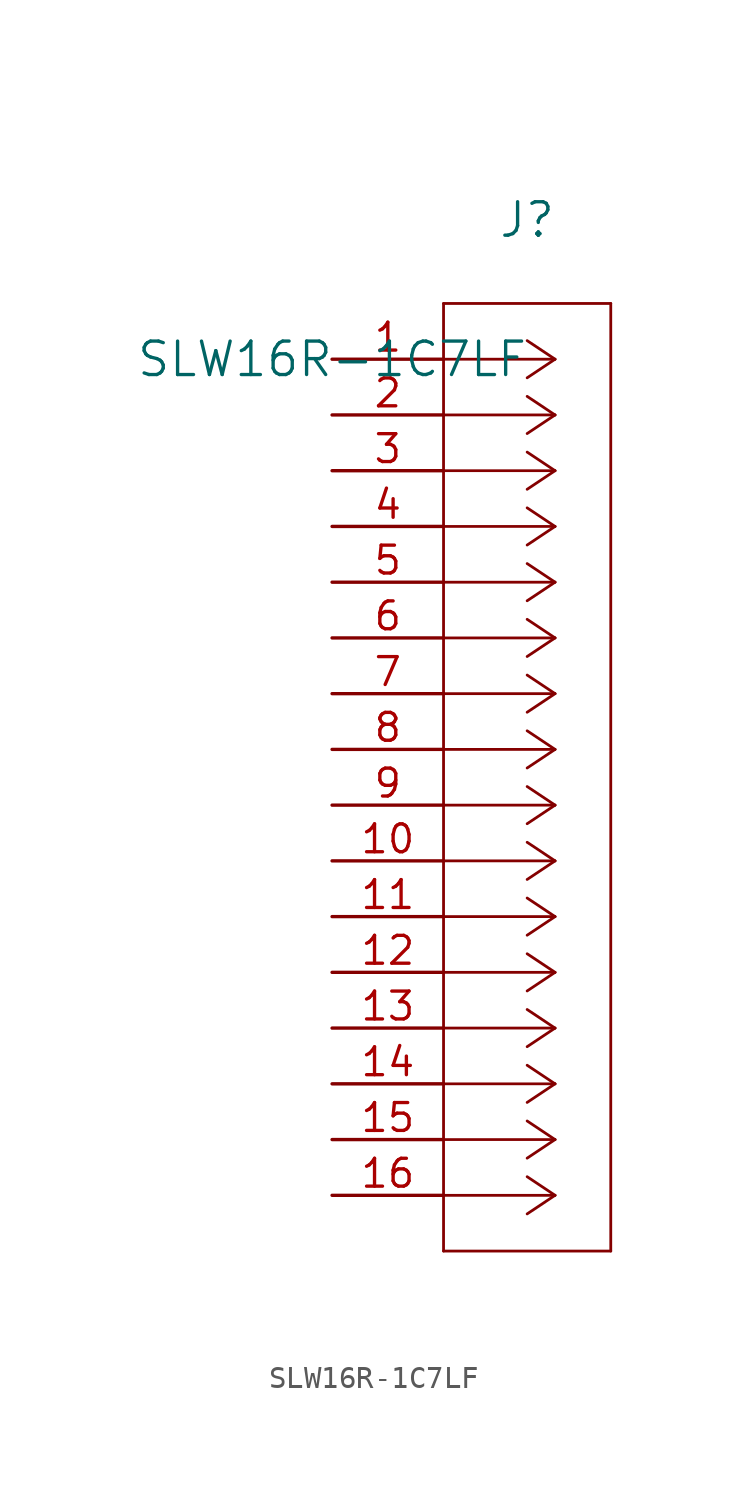
<source format=kicad_sym>
(kicad_symbol_lib
  (version 20211014)
  (generator kicad_symbol_editor)
  (symbol "SLW16R-1C7LF"
    (pin_names
      (offset 0.254))
    (property "Reference" "J"
      (at 8.89 6.35 0)
      (effects (font (size 1.524 1.524))))
    (property "Value" "SLW16R-1C7LF"
      (at 0 0 0)
      (effects (font (size 1.524 1.524))))
    (symbol "SLW16R-1C7LF_0_1"
      (polyline (pts (xy 10.16 0) (xy 5.08 0)) (stroke (width 0.127) (type default) (color 0 0 0 0)) (fill (type none)))
      (polyline (pts (xy 10.16 -2.54) (xy 5.08 -2.54)) (stroke (width 0.127) (type default) (color 0 0 0 0)) (fill (type none)))
      (polyline (pts (xy 10.16 -5.08) (xy 5.08 -5.08)) (stroke (width 0.127) (type default) (color 0 0 0 0)) (fill (type none)))
      (polyline (pts (xy 10.16 -7.62) (xy 5.08 -7.62)) (stroke (width 0.127) (type default) (color 0 0 0 0)) (fill (type none)))
      (polyline (pts (xy 10.16 -10.16) (xy 5.08 -10.16)) (stroke (width 0.127) (type default) (color 0 0 0 0)) (fill (type none)))
      (polyline (pts (xy 10.16 -12.7) (xy 5.08 -12.7)) (stroke (width 0.127) (type default) (color 0 0 0 0)) (fill (type none)))
      (polyline (pts (xy 10.16 -15.24) (xy 5.08 -15.24)) (stroke (width 0.127) (type default) (color 0 0 0 0)) (fill (type none)))
      (polyline (pts (xy 10.16 -17.78) (xy 5.08 -17.78)) (stroke (width 0.127) (type default) (color 0 0 0 0)) (fill (type none)))
      (polyline (pts (xy 10.16 -20.32) (xy 5.08 -20.32)) (stroke (width 0.127) (type default) (color 0 0 0 0)) (fill (type none)))
      (polyline (pts (xy 10.16 -22.86) (xy 5.08 -22.86)) (stroke (width 0.127) (type default) (color 0 0 0 0)) (fill (type none)))
      (polyline (pts (xy 10.16 -25.4) (xy 5.08 -25.4)) (stroke (width 0.127) (type default) (color 0 0 0 0)) (fill (type none)))
      (polyline (pts (xy 10.16 -27.94) (xy 5.08 -27.94)) (stroke (width 0.127) (type default) (color 0 0 0 0)) (fill (type none)))
      (polyline (pts (xy 10.16 -30.48) (xy 5.08 -30.48)) (stroke (width 0.127) (type default) (color 0 0 0 0)) (fill (type none)))
      (polyline (pts (xy 10.16 -33.02) (xy 5.08 -33.02)) (stroke (width 0.127) (type default) (color 0 0 0 0)) (fill (type none)))
      (polyline (pts (xy 10.16 -35.56) (xy 5.08 -35.56)) (stroke (width 0.127) (type default) (color 0 0 0 0)) (fill (type none)))
      (polyline (pts (xy 10.16 -38.1) (xy 5.08 -38.1)) (stroke (width 0.127) (type default) (color 0 0 0 0)) (fill (type none)))
      (polyline (pts (xy 10.16 0) (xy 8.89 0.847)) (stroke (width 0.127) (type default) (color 0 0 0 0)) (fill (type none)))
      (polyline (pts (xy 10.16 -2.54) (xy 8.89 -1.693)) (stroke (width 0.127) (type default) (color 0 0 0 0)) (fill (type none)))
      (polyline (pts (xy 10.16 -5.08) (xy 8.89 -4.233)) (stroke (width 0.127) (type default) (color 0 0 0 0)) (fill (type none)))
      (polyline (pts (xy 10.16 -7.62) (xy 8.89 -6.773)) (stroke (width 0.127) (type default) (color 0 0 0 0)) (fill (type none)))
      (polyline (pts (xy 10.16 -10.16) (xy 8.89 -9.313)) (stroke (width 0.127) (type default) (color 0 0 0 0)) (fill (type none)))
      (polyline (pts (xy 10.16 -12.7) (xy 8.89 -11.853)) (stroke (width 0.127) (type default) (color 0 0 0 0)) (fill (type none)))
      (polyline (pts (xy 10.16 -15.24) (xy 8.89 -14.393)) (stroke (width 0.127) (type default) (color 0 0 0 0)) (fill (type none)))
      (polyline (pts (xy 10.16 -17.78) (xy 8.89 -16.933)) (stroke (width 0.127) (type default) (color 0 0 0 0)) (fill (type none)))
      (polyline (pts (xy 10.16 -20.32) (xy 8.89 -19.473)) (stroke (width 0.127) (type default) (color 0 0 0 0)) (fill (type none)))
      (polyline (pts (xy 10.16 -22.86) (xy 8.89 -22.013)) (stroke (width 0.127) (type default) (color 0 0 0 0)) (fill (type none)))
      (polyline (pts (xy 10.16 -25.4) (xy 8.89 -24.553)) (stroke (width 0.127) (type default) (color 0 0 0 0)) (fill (type none)))
      (polyline (pts (xy 10.16 -27.94) (xy 8.89 -27.093)) (stroke (width 0.127) (type default) (color 0 0 0 0)) (fill (type none)))
      (polyline (pts (xy 10.16 -30.48) (xy 8.89 -29.633)) (stroke (width 0.127) (type default) (color 0 0 0 0)) (fill (type none)))
      (polyline (pts (xy 10.16 -33.02) (xy 8.89 -32.173)) (stroke (width 0.127) (type default) (color 0 0 0 0)) (fill (type none)))
      (polyline (pts (xy 10.16 -35.56) (xy 8.89 -34.713)) (stroke (width 0.127) (type default) (color 0 0 0 0)) (fill (type none)))
      (polyline (pts (xy 10.16 -38.1) (xy 8.89 -37.253)) (stroke (width 0.127) (type default) (color 0 0 0 0)) (fill (type none)))
      (polyline (pts (xy 10.16 0) (xy 8.89 -0.847)) (stroke (width 0.127) (type default) (color 0 0 0 0)) (fill (type none)))
      (polyline (pts (xy 10.16 -2.54) (xy 8.89 -3.387)) (stroke (width 0.127) (type default) (color 0 0 0 0)) (fill (type none)))
      (polyline (pts (xy 10.16 -5.08) (xy 8.89 -5.927)) (stroke (width 0.127) (type default) (color 0 0 0 0)) (fill (type none)))
      (polyline (pts (xy 10.16 -7.62) (xy 8.89 -8.467)) (stroke (width 0.127) (type default) (color 0 0 0 0)) (fill (type none)))
      (polyline (pts (xy 10.16 -10.16) (xy 8.89 -11.007)) (stroke (width 0.127) (type default) (color 0 0 0 0)) (fill (type none)))
      (polyline (pts (xy 10.16 -12.7) (xy 8.89 -13.547)) (stroke (width 0.127) (type default) (color 0 0 0 0)) (fill (type none)))
      (polyline (pts (xy 10.16 -15.24) (xy 8.89 -16.087)) (stroke (width 0.127) (type default) (color 0 0 0 0)) (fill (type none)))
      (polyline (pts (xy 10.16 -17.78) (xy 8.89 -18.627)) (stroke (width 0.127) (type default) (color 0 0 0 0)) (fill (type none)))
      (polyline (pts (xy 10.16 -20.32) (xy 8.89 -21.167)) (stroke (width 0.127) (type default) (color 0 0 0 0)) (fill (type none)))
      (polyline (pts (xy 10.16 -22.86) (xy 8.89 -23.707)) (stroke (width 0.127) (type default) (color 0 0 0 0)) (fill (type none)))
      (polyline (pts (xy 10.16 -25.4) (xy 8.89 -26.247)) (stroke (width 0.127) (type default) (color 0 0 0 0)) (fill (type none)))
      (polyline (pts (xy 10.16 -27.94) (xy 8.89 -28.787)) (stroke (width 0.127) (type default) (color 0 0 0 0)) (fill (type none)))
      (polyline (pts (xy 10.16 -30.48) (xy 8.89 -31.327)) (stroke (width 0.127) (type default) (color 0 0 0 0)) (fill (type none)))
      (polyline (pts (xy 10.16 -33.02) (xy 8.89 -33.867)) (stroke (width 0.127) (type default) (color 0 0 0 0)) (fill (type none)))
      (polyline (pts (xy 10.16 -35.56) (xy 8.89 -36.407)) (stroke (width 0.127) (type default) (color 0 0 0 0)) (fill (type none)))
      (polyline (pts (xy 10.16 -38.1) (xy 8.89 -38.947)) (stroke (width 0.127) (type default) (color 0 0 0 0)) (fill (type none)))
      (polyline (pts (xy 5.08 2.54) (xy 5.08 -40.64)) (stroke (width 0.127) (type default) (color 0 0 0 0)) (fill (type none)))
      (polyline (pts (xy 5.08 -40.64) (xy 12.7 -40.64)) (stroke (width 0.127) (type default) (color 0 0 0 0)) (fill (type none)))
      (polyline (pts (xy 12.7 -40.64) (xy 12.7 2.54)) (stroke (width 0.127) (type default) (color 0 0 0 0)) (fill (type none)))
      (polyline (pts (xy 12.7 2.54) (xy 5.08 2.54)) (stroke (width 0.127) (type default) (color 0 0 0 0)) (fill (type none)))
      (pin unspecified line (at 0 0 0) (length 5.08) (name "" (effects (font (size 1.27 1.27)))) (number "1" (effects (font (size 1.27 1.27)))))
      (pin unspecified line (at 0 -2.54 0) (length 5.08) (name "" (effects (font (size 1.27 1.27)))) (number "2" (effects (font (size 1.27 1.27)))))
      (pin unspecified line (at 0 -5.08 0) (length 5.08) (name "" (effects (font (size 1.27 1.27)))) (number "3" (effects (font (size 1.27 1.27)))))
      (pin unspecified line (at 0 -7.62 0) (length 5.08) (name "" (effects (font (size 1.27 1.27)))) (number "4" (effects (font (size 1.27 1.27)))))
      (pin unspecified line (at 0 -10.16 0) (length 5.08) (name "" (effects (font (size 1.27 1.27)))) (number "5" (effects (font (size 1.27 1.27)))))
      (pin unspecified line (at 0 -12.7 0) (length 5.08) (name "" (effects (font (size 1.27 1.27)))) (number "6" (effects (font (size 1.27 1.27)))))
      (pin unspecified line (at 0 -15.24 0) (length 5.08) (name "" (effects (font (size 1.27 1.27)))) (number "7" (effects (font (size 1.27 1.27)))))
      (pin unspecified line (at 0 -17.78 0) (length 5.08) (name "" (effects (font (size 1.27 1.27)))) (number "8" (effects (font (size 1.27 1.27)))))
      (pin unspecified line (at 0 -20.32 0) (length 5.08) (name "" (effects (font (size 1.27 1.27)))) (number "9" (effects (font (size 1.27 1.27)))))
      (pin unspecified line (at 0 -22.86 0) (length 5.08) (name "" (effects (font (size 1.27 1.27)))) (number "10" (effects (font (size 1.27 1.27)))))
      (pin unspecified line (at 0 -25.4 0) (length 5.08) (name "" (effects (font (size 1.27 1.27)))) (number "11" (effects (font (size 1.27 1.27)))))
      (pin unspecified line (at 0 -27.94 0) (length 5.08) (name "" (effects (font (size 1.27 1.27)))) (number "12" (effects (font (size 1.27 1.27)))))
      (pin unspecified line (at 0 -30.48 0) (length 5.08) (name "" (effects (font (size 1.27 1.27)))) (number "13" (effects (font (size 1.27 1.27)))))
      (pin unspecified line (at 0 -33.02 0) (length 5.08) (name "" (effects (font (size 1.27 1.27)))) (number "14" (effects (font (size 1.27 1.27)))))
      (pin unspecified line (at 0 -35.56 0) (length 5.08) (name "" (effects (font (size 1.27 1.27)))) (number "15" (effects (font (size 1.27 1.27)))))
      (pin unspecified line (at 0 -38.1 0) (length 5.08) (name "" (effects (font (size 1.27 1.27)))) (number "16" (effects (font (size 1.27 1.27))))))))
</source>
